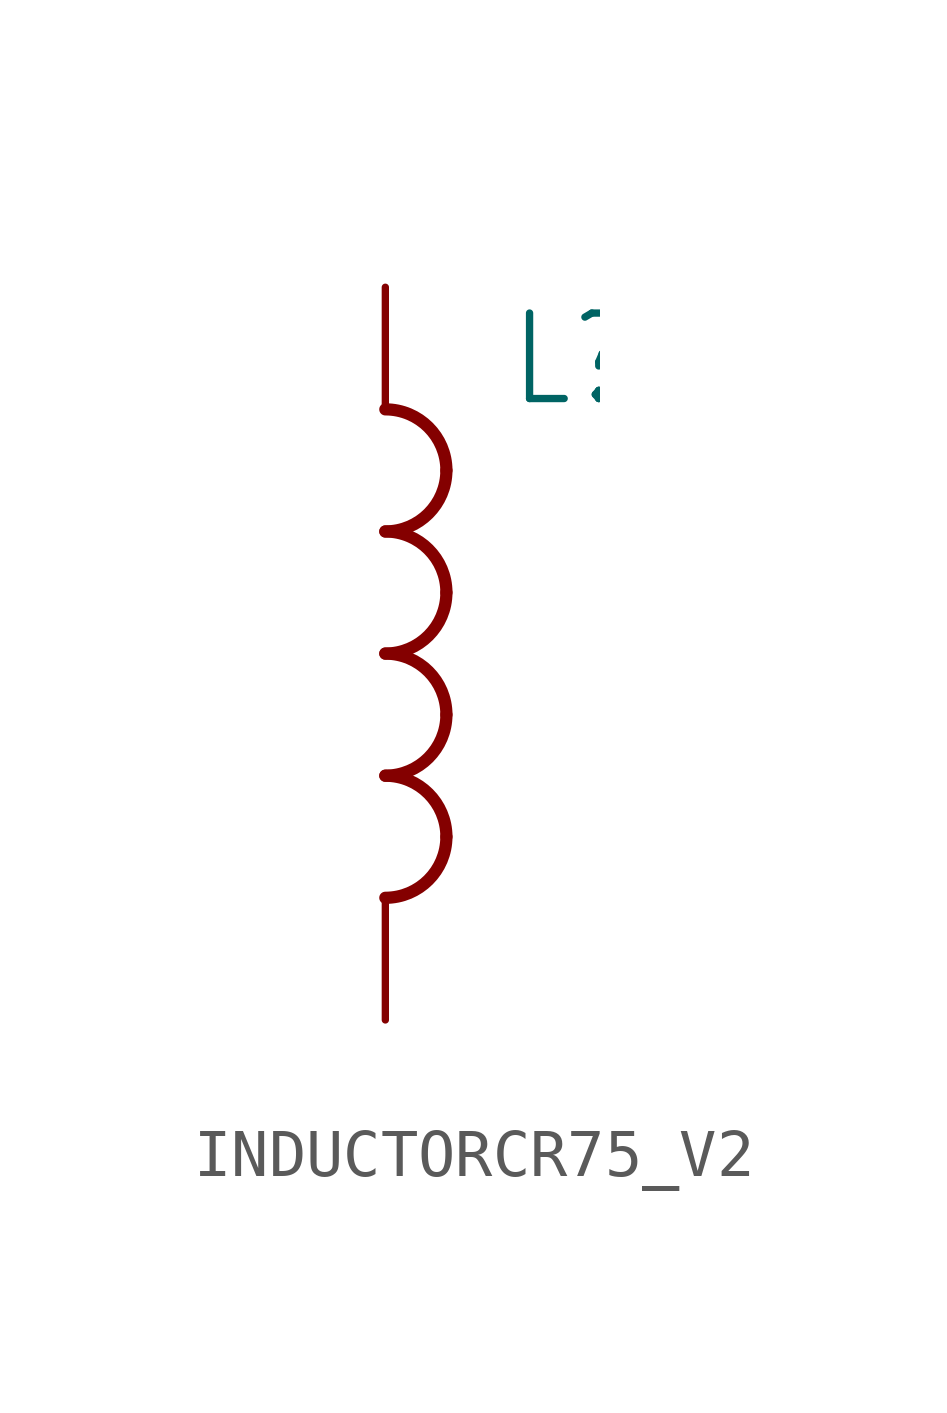
<source format=kicad_sym>
(kicad_symbol_lib
  (version 20241209)
  (generator "kicad_symbol_editor")
  (generator_version "9.0")
  (symbol "INDUCTORCR75_V2"
    (property "Reference" "L"
      (at 2.54 5.08 0)
      (effects (font (size 1.778 1.511)) (justify left bottom)))
    (property "Value" ""
      (at 2.54 -5.08 0)
      (effects (font (size 1.778 1.511)) (justify left bottom)))
    (property "ki_locked" ""
      (at 0 0 0)
      (effects (font (size 1.27 1.27))))
    (symbol "INDUCTORCR75_V2_1_0"
      (arc (start 0 5.08) (mid 0.898 4.708) (end 1.27 3.81) (stroke (width 0.254) (type solid)) (fill (type none)))
      (arc (start 1.27 3.81) (mid 0.898 2.912) (end 0 2.54) (stroke (width 0.254) (type solid)) (fill (type none)))
      (arc (start 1.27 1.27) (mid 0.898 0.372) (end 0 0) (stroke (width 0.254) (type solid)) (fill (type none)))
      (arc (start 0 2.54) (mid 0.8981 2.168) (end 1.2701 1.2699) (stroke (width 0.254) (type solid)) (fill (type none)))
      (arc (start 1.2701 -1.2699) (mid 0.8981 -2.168) (end 0 -2.54) (stroke (width 0.254) (type solid)) (fill (type none)))
      (arc (start 0 0) (mid 0.898 -0.372) (end 1.27 -1.27) (stroke (width 0.254) (type solid)) (fill (type none)))
      (arc (start 0 -2.54) (mid 0.898 -2.912) (end 1.27 -3.81) (stroke (width 0.254) (type solid)) (fill (type none)))
      (arc (start 1.27 -3.81) (mid 0.898 -4.708) (end 0 -5.08) (stroke (width 0.254) (type solid)) (fill (type none)))
      (pin passive line (at 0 7.62 270) (length 2.54) (name "1" (effects (font (size 0 0)))) (number "P$1" (effects (font (size 0 0)))))
      (pin passive line (at 0 -7.62 90) (length 2.54) (name "2" (effects (font (size 0 0)))) (number "P$2" (effects (font (size 0 0))))))))
</source>
